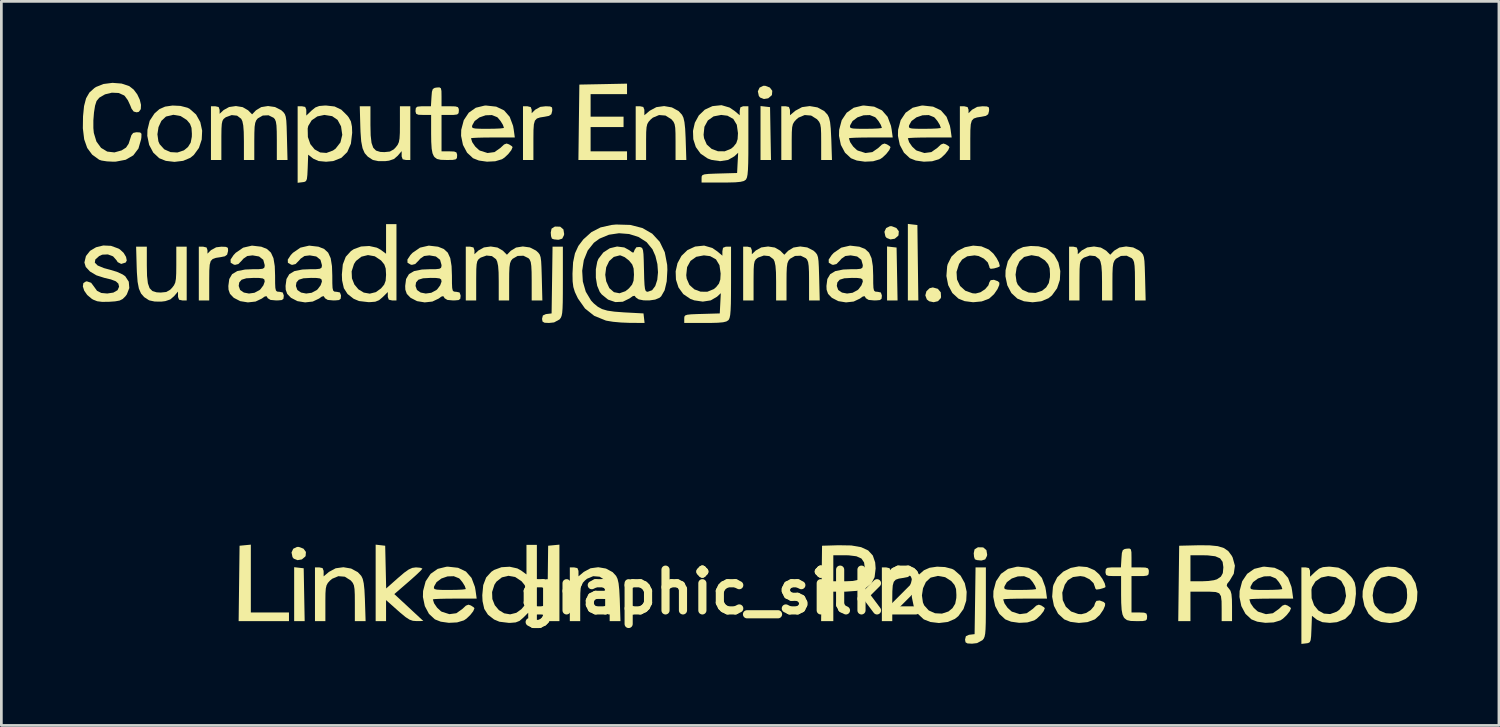
<source format=kicad_pcb>
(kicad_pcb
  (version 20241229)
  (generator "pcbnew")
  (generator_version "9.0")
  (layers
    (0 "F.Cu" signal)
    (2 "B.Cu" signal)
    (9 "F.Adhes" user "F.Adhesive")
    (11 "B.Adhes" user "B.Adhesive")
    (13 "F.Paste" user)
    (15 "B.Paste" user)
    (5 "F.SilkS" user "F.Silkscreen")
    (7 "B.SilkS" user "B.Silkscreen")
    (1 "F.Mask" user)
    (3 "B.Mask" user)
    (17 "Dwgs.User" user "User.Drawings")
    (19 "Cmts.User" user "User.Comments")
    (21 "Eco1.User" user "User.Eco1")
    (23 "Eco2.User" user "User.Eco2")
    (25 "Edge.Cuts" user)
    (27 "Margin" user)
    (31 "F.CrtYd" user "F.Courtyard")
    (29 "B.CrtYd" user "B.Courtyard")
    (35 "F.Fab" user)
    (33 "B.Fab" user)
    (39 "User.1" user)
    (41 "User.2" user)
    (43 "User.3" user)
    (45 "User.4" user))
  (footprint "graphic_silk2"
    (layer "F.Cu")
    (at 25.521 19.242)
    (property "Reference" "graphic_silk2" (at -2 -0.5 0) (layer "F.SilkS") (effects (font (size 1.5 1.5) (thickness 0.3))))
    (attr board_only exclude_from_pos_files exclude_from_bom)
    (fp_poly (pts (xy -17.566 -1.392) (xy -17.391 -1.372) (xy -17.373 -0.399) (xy -17.355 0.574) (xy -17.549 0.574) (xy -17.742 0.574) (xy -17.742 -0.419) (xy -17.742 -1.412)) (stroke (width 0) (type solid)) (fill yes) (layer "F.SilkS"))
    (fp_poly (pts (xy -7.977 -0.834) (xy -7.977 0.574) (xy -8.202 0.574) (xy -8.427 0.574) (xy -8.409 -0.814) (xy -8.392 -2.202) (xy -8.185 -2.222) (xy -7.977 -2.242)) (stroke (width 0) (type solid)) (fill yes) (layer "F.SilkS"))
    (fp_poly (pts (xy -0.399 -18.368) (xy -0.223 -18.348) (xy -0.206 -17.375) (xy -0.188 -16.402) (xy -0.381 -16.402) (xy -0.574 -16.402) (xy -0.574 -17.395) (xy -0.574 -18.388)) (stroke (width 0) (type solid)) (fill yes) (layer "F.SilkS"))
    (fp_poly (pts (xy 4.26 -13.199) (xy 4.435 -13.179) (xy 4.453 -12.205) (xy 4.471 -11.232) (xy 4.278 -11.232) (xy 4.084 -11.232) (xy 4.084 -12.226) (xy 4.084 -13.219)) (stroke (width 0) (type solid)) (fill yes) (layer "F.SilkS"))
    (fp_poly (pts (xy 5.026 -14.028) (xy 5.201 -14.008) (xy 5.218 -12.62) (xy 5.236 -11.232) (xy 5.043 -11.232) (xy 4.85 -11.232) (xy 4.85 -12.64) (xy 4.85 -14.049)) (stroke (width 0) (type solid)) (fill yes) (layer "F.SilkS"))
    (fp_poly (pts (xy -19.337 -0.993) (xy -19.337 0.255) (xy -18.635 0.255) (xy -17.933 0.255) (xy -17.933 0.415) (xy -17.933 0.574) (xy -18.86 0.574) (xy -19.786 0.574) (xy -19.769 -0.814) (xy -19.752 -2.202) (xy -19.545 -2.222) (xy -19.337 -2.242)) (stroke (width 0) (type solid)) (fill yes) (layer "F.SilkS"))
    (fp_poly (pts (xy -17.568 -2.158) (xy -17.399 -2.094) (xy -17.309 -1.973) (xy -17.32 -1.828) (xy -17.334 -1.803) (xy -17.458 -1.698) (xy -17.617 -1.671) (xy -17.757 -1.726) (xy -17.803 -1.783) (xy -17.839 -1.953) (xy -17.777 -2.09) (xy -17.638 -2.158)) (stroke (width 0) (type solid)) (fill yes) (layer "F.SilkS"))
    (fp_poly (pts (xy -0.401 -19.134) (xy -0.231 -19.07) (xy -0.141 -18.949) (xy -0.153 -18.803) (xy -0.166 -18.779) (xy -0.291 -18.673) (xy -0.449 -18.647) (xy -0.59 -18.702) (xy -0.636 -18.759) (xy -0.672 -18.929) (xy -0.609 -19.066) (xy -0.471 -19.134)) (stroke (width 0) (type solid)) (fill yes) (layer "F.SilkS"))
    (fp_poly (pts (xy 4.258 -13.964) (xy 4.427 -13.9) (xy 4.517 -13.779) (xy 4.506 -13.634) (xy 4.492 -13.609) (xy 4.368 -13.504) (xy 4.209 -13.478) (xy 4.069 -13.533) (xy 4.023 -13.59) (xy 3.987 -13.759) (xy 4.05 -13.896) (xy 4.188 -13.964)) (stroke (width 0) (type solid)) (fill yes) (layer "F.SilkS"))
    (fp_poly (pts (xy 5.953 -11.66) (xy 6.062 -11.53) (xy 6.072 -11.354) (xy 6.059 -11.312) (xy 5.958 -11.204) (xy 5.799 -11.166) (xy 5.636 -11.201) (xy 5.549 -11.268) (xy 5.493 -11.419) (xy 5.534 -11.571) (xy 5.65 -11.682) (xy 5.769 -11.711)) (stroke (width 0) (type solid)) (fill yes) (layer "F.SilkS"))
    (fp_poly (pts (xy -7.948 -13.947) (xy -7.83 -13.847) (xy -7.802 -13.676) (xy -7.811 -13.631) (xy -7.874 -13.506) (xy -8.004 -13.466) (xy -8.032 -13.466) (xy -8.177 -13.48) (xy -8.254 -13.508) (xy -8.285 -13.598) (xy -8.296 -13.731) (xy -8.267 -13.874) (xy -8.157 -13.945) (xy -8.132 -13.952)) (stroke (width 0) (type solid)) (fill yes) (layer "F.SilkS"))
    (fp_poly (pts (xy 7.623 -2.141) (xy 7.742 -2.04) (xy 7.77 -1.869) (xy 7.761 -1.824) (xy 7.698 -1.699) (xy 7.568 -1.66) (xy 7.54 -1.659) (xy 7.394 -1.673) (xy 7.318 -1.702) (xy 7.287 -1.791) (xy 7.275 -1.924) (xy 7.305 -2.068) (xy 7.415 -2.138) (xy 7.44 -2.145)) (stroke (width 0) (type solid)) (fill yes) (layer "F.SilkS"))
    (fp_poly (pts (xy -7.85 -11.934) (xy -7.851 -11.497) (xy -7.854 -11.17) (xy -7.862 -10.934) (xy -7.875 -10.771) (xy -7.897 -10.663) (xy -7.927 -10.592) (xy -7.968 -10.539) (xy -7.977 -10.53) (xy -8.174 -10.423) (xy -8.36 -10.403) (xy -8.525 -10.411) (xy -8.598 -10.453) (xy -8.616 -10.548) (xy -8.616 -10.558) (xy -8.586 -10.678) (xy -8.475 -10.729) (xy -8.44 -10.733) (xy -8.265 -10.754) (xy -8.247 -11.982) (xy -8.23 -13.211) (xy -8.04 -13.211) (xy -7.85 -13.211)) (stroke (width 0) (type solid)) (fill yes) (layer "F.SilkS"))
    (fp_poly (pts (xy 7.722 -0.128) (xy 7.721 0.309) (xy 7.718 0.636) (xy 7.71 0.872) (xy 7.697 1.035) (xy 7.675 1.143) (xy 7.645 1.215) (xy 7.603 1.267) (xy 7.594 1.276) (xy 7.398 1.383) (xy 7.212 1.404) (xy 7.047 1.395) (xy 6.974 1.354) (xy 6.956 1.259) (xy 6.956 1.249) (xy 6.986 1.129) (xy 7.097 1.078) (xy 7.132 1.073) (xy 7.307 1.053) (xy 7.325 -0.176) (xy 7.342 -1.404) (xy 7.532 -1.404) (xy 7.722 -1.404)) (stroke (width 0) (type solid)) (fill yes) (layer "F.SilkS"))
    (fp_poly (pts (xy -5.488 -19.02) (xy -5.488 -18.827) (xy -6.159 -18.827) (xy -6.829 -18.827) (xy -6.829 -18.412) (xy -6.829 -17.997) (xy -6.222 -17.997) (xy -5.616 -17.997) (xy -5.616 -17.806) (xy -5.616 -17.614) (xy -6.222 -17.614) (xy -6.829 -17.614) (xy -6.829 -17.167) (xy -6.829 -16.721) (xy -6.159 -16.721) (xy -5.488 -16.721) (xy -5.488 -16.561) (xy -5.488 -16.402) (xy -6.383 -16.402) (xy -7.278 -16.402) (xy -7.261 -17.79) (xy -7.243 -19.178) (xy -6.366 -19.195) (xy -5.488 -19.213)) (stroke (width 0) (type solid)) (fill yes) (layer "F.SilkS"))
    (fp_poly (pts (xy -20.967 -13.181) (xy -20.933 -13.083) (xy -20.933 -12.955) (xy -20.805 -13.083) (xy -20.613 -13.188) (xy -20.418 -13.211) (xy -20.253 -13.204) (xy -20.183 -13.168) (xy -20.174 -13.077) (xy -20.179 -13.035) (xy -20.21 -12.918) (xy -20.293 -12.857) (xy -20.454 -12.825) (xy -20.625 -12.799) (xy -20.741 -12.758) (xy -20.813 -12.682) (xy -20.851 -12.547) (xy -20.866 -12.333) (xy -20.869 -12.015) (xy -20.869 -11.962) (xy -20.869 -11.232) (xy -21.06 -11.232) (xy -21.252 -11.232) (xy -21.252 -12.221) (xy -21.252 -13.211) (xy -21.092 -13.211)) (stroke (width 0) (type solid)) (fill yes) (layer "F.SilkS"))
    (fp_poly (pts (xy -9.033 -18.35) (xy -8.998 -18.252) (xy -8.998 -18.125) (xy -8.871 -18.252) (xy -8.679 -18.358) (xy -8.484 -18.38) (xy -8.319 -18.373) (xy -8.249 -18.337) (xy -8.24 -18.247) (xy -8.244 -18.204) (xy -8.275 -18.087) (xy -8.359 -18.027) (xy -8.52 -17.995) (xy -8.691 -17.968) (xy -8.807 -17.928) (xy -8.879 -17.851) (xy -8.917 -17.717) (xy -8.932 -17.502) (xy -8.935 -17.185) (xy -8.935 -17.132) (xy -8.935 -16.402) (xy -9.126 -16.402) (xy -9.318 -16.402) (xy -9.318 -17.391) (xy -9.318 -18.38) (xy -9.158 -18.38)) (stroke (width 0) (type solid)) (fill yes) (layer "F.SilkS"))
    (fp_poly (pts (xy 4.178 -1.374) (xy 4.212 -1.276) (xy 4.212 -1.149) (xy 4.34 -1.276) (xy 4.532 -1.382) (xy 4.727 -1.404) (xy 4.891 -1.397) (xy 4.961 -1.361) (xy 4.971 -1.271) (xy 4.966 -1.229) (xy 4.935 -1.112) (xy 4.852 -1.051) (xy 4.691 -1.019) (xy 4.52 -0.992) (xy 4.404 -0.952) (xy 4.332 -0.875) (xy 4.294 -0.741) (xy 4.279 -0.526) (xy 4.276 -0.209) (xy 4.276 -0.156) (xy 4.276 0.574) (xy 4.084 0.574) (xy 3.893 0.574) (xy 3.893 -0.415) (xy 3.893 -1.404) (xy 4.053 -1.404)) (stroke (width 0) (type solid)) (fill yes) (layer "F.SilkS"))
    (fp_poly (pts (xy 7.049 -18.35) (xy 7.084 -18.252) (xy 7.084 -18.125) (xy 7.212 -18.252) (xy 7.403 -18.358) (xy 7.599 -18.38) (xy 7.763 -18.373) (xy 7.833 -18.337) (xy 7.842 -18.247) (xy 7.838 -18.204) (xy 7.807 -18.087) (xy 7.723 -18.027) (xy 7.563 -17.995) (xy 7.392 -17.968) (xy 7.276 -17.928) (xy 7.204 -17.851) (xy 7.166 -17.717) (xy 7.151 -17.502) (xy 7.148 -17.185) (xy 7.148 -17.132) (xy 7.148 -16.402) (xy 6.956 -16.402) (xy 6.765 -16.402) (xy 6.765 -17.391) (xy 6.765 -18.38) (xy 6.924 -18.38)) (stroke (width 0) (type solid)) (fill yes) (layer "F.SilkS"))
    (fp_poly (pts (xy -14.567 -2.222) (xy -14.391 -2.202) (xy -14.373 -1.415) (xy -14.355 -0.629) (xy -13.918 -1.016) (xy -13.692 -1.209) (xy -13.527 -1.326) (xy -13.394 -1.386) (xy -13.265 -1.404) (xy -13.25 -1.404) (xy -13.101 -1.392) (xy -13.026 -1.364) (xy -13.024 -1.356) (xy -13.071 -1.297) (xy -13.196 -1.175) (xy -13.377 -1.01) (xy -13.542 -0.865) (xy -14.055 -0.422) (xy -13.521 0.073) (xy -12.987 0.569) (xy -13.237 0.572) (xy -13.371 0.562) (xy -13.495 0.519) (xy -13.639 0.426) (xy -13.832 0.267) (xy -13.923 0.187) (xy -14.359 -0.201) (xy -14.359 0.187) (xy -14.359 0.574) (xy -14.551 0.574) (xy -14.742 0.574) (xy -14.742 -0.834) (xy -14.742 -2.242)) (stroke (width 0) (type solid)) (fill yes) (layer "F.SilkS"))
    (fp_poly (pts (xy 2.768 -2.212) (xy 3.129 -2.149) (xy 3.39 -2.028) (xy 3.56 -1.842) (xy 3.647 -1.586) (xy 3.664 -1.366) (xy 3.625 -1.043) (xy 3.501 -0.801) (xy 3.285 -0.636) (xy 2.971 -0.541) (xy 2.555 -0.511) (xy 2.106 -0.511) (xy 2.106 0.032) (xy 2.106 0.574) (xy 1.881 0.574) (xy 1.657 0.574) (xy 1.674 -0.814) (xy 1.681 -1.372) (xy 2.106 -1.372) (xy 2.106 -0.893) (xy 2.546 -0.893) (xy 2.824 -0.905) (xy 3.01 -0.943) (xy 3.126 -1.008) (xy 3.234 -1.149) (xy 3.267 -1.359) (xy 3.268 -1.372) (xy 3.238 -1.587) (xy 3.14 -1.731) (xy 2.956 -1.814) (xy 2.671 -1.849) (xy 2.546 -1.851) (xy 2.106 -1.851) (xy 2.106 -1.372) (xy 1.681 -1.372) (xy 1.691 -2.202) (xy 2.297 -2.22)) (stroke (width 0) (type solid)) (fill yes) (layer "F.SilkS"))
    (fp_poly (pts (xy -15.645 -1.362) (xy -15.399 -1.229) (xy -15.271 -1.091) (xy -15.218 -0.981) (xy -15.181 -0.818) (xy -15.155 -0.579) (xy -15.138 -0.24) (xy -15.136 -0.176) (xy -15.112 0.574) (xy -15.31 0.574) (xy -15.508 0.574) (xy -15.508 -0.099) (xy -15.51 -0.403) (xy -15.52 -0.607) (xy -15.542 -0.741) (xy -15.583 -0.833) (xy -15.648 -0.912) (xy -15.665 -0.928) (xy -15.878 -1.062) (xy -16.115 -1.081) (xy -16.344 -0.985) (xy -16.425 -0.917) (xy -16.501 -0.834) (xy -16.549 -0.747) (xy -16.577 -0.629) (xy -16.59 -0.448) (xy -16.593 -0.178) (xy -16.593 -0.087) (xy -16.593 0.574) (xy -16.784 0.574) (xy -16.976 0.574) (xy -16.976 -0.415) (xy -16.976 -1.404) (xy -16.816 -1.404) (xy -16.696 -1.379) (xy -16.658 -1.278) (xy -16.657 -1.239) (xy -16.657 -1.074) (xy -16.46 -1.239) (xy -16.214 -1.372) (xy -15.929 -1.411)) (stroke (width 0) (type solid)) (fill yes) (layer "F.SilkS"))
    (fp_poly (pts (xy -6.263 -1.362) (xy -6.017 -1.229) (xy -5.89 -1.091) (xy -5.837 -0.981) (xy -5.799 -0.818) (xy -5.774 -0.579) (xy -5.756 -0.24) (xy -5.754 -0.176) (xy -5.73 0.574) (xy -5.928 0.574) (xy -6.127 0.574) (xy -6.127 -0.099) (xy -6.129 -0.403) (xy -6.138 -0.607) (xy -6.161 -0.741) (xy -6.202 -0.833) (xy -6.267 -0.912) (xy -6.283 -0.928) (xy -6.497 -1.062) (xy -6.733 -1.081) (xy -6.963 -0.985) (xy -7.043 -0.917) (xy -7.119 -0.834) (xy -7.168 -0.747) (xy -7.196 -0.629) (xy -7.208 -0.448) (xy -7.211 -0.178) (xy -7.212 -0.087) (xy -7.212 0.574) (xy -7.403 0.574) (xy -7.594 0.574) (xy -7.594 -0.415) (xy -7.594 -1.404) (xy -7.435 -1.404) (xy -7.315 -1.379) (xy -7.276 -1.278) (xy -7.275 -1.239) (xy -7.275 -1.074) (xy -7.079 -1.239) (xy -6.832 -1.372) (xy -6.548 -1.411)) (stroke (width 0) (type solid)) (fill yes) (layer "F.SilkS"))
    (fp_poly (pts (xy -3.838 -18.338) (xy -3.592 -18.205) (xy -3.464 -18.067) (xy -3.411 -17.957) (xy -3.374 -17.794) (xy -3.348 -17.555) (xy -3.331 -17.216) (xy -3.329 -17.151) (xy -3.305 -16.402) (xy -3.503 -16.402) (xy -3.702 -16.402) (xy -3.702 -17.075) (xy -3.704 -17.378) (xy -3.713 -17.583) (xy -3.736 -17.717) (xy -3.777 -17.809) (xy -3.842 -17.887) (xy -3.858 -17.904) (xy -4.072 -18.038) (xy -4.308 -18.057) (xy -4.537 -17.961) (xy -4.618 -17.893) (xy -4.694 -17.809) (xy -4.743 -17.723) (xy -4.77 -17.605) (xy -4.783 -17.424) (xy -4.786 -17.153) (xy -4.786 -17.063) (xy -4.786 -16.402) (xy -4.978 -16.402) (xy -5.169 -16.402) (xy -5.169 -17.391) (xy -5.169 -18.38) (xy -5.01 -18.38) (xy -4.89 -18.355) (xy -4.851 -18.254) (xy -4.85 -18.215) (xy -4.85 -18.049) (xy -4.654 -18.215) (xy -4.407 -18.348) (xy -4.122 -18.387)) (stroke (width 0) (type solid)) (fill yes) (layer "F.SilkS"))
    (fp_poly (pts (xy 1.523 -18.338) (xy 1.769 -18.205) (xy 1.896 -18.067) (xy 1.949 -17.957) (xy 1.987 -17.794) (xy 2.012 -17.555) (xy 2.029 -17.216) (xy 2.032 -17.151) (xy 2.056 -16.402) (xy 1.857 -16.402) (xy 1.659 -16.402) (xy 1.659 -17.075) (xy 1.657 -17.378) (xy 1.648 -17.583) (xy 1.625 -17.717) (xy 1.584 -17.809) (xy 1.519 -17.887) (xy 1.503 -17.904) (xy 1.289 -18.038) (xy 1.052 -18.057) (xy 0.823 -17.961) (xy 0.743 -17.893) (xy 0.667 -17.809) (xy 0.618 -17.723) (xy 0.59 -17.605) (xy 0.578 -17.424) (xy 0.574 -17.153) (xy 0.574 -17.063) (xy 0.574 -16.402) (xy 0.383 -16.402) (xy 0.191 -16.402) (xy 0.191 -17.391) (xy 0.191 -18.38) (xy 0.351 -18.38) (xy 0.471 -18.355) (xy 0.509 -18.254) (xy 0.511 -18.215) (xy 0.511 -18.049) (xy 0.707 -18.215) (xy 0.954 -18.348) (xy 1.238 -18.387)) (stroke (width 0) (type solid)) (fill yes) (layer "F.SilkS"))
    (fp_poly (pts (xy -23.166 -12.516) (xy -23.158 -12.135) (xy -23.127 -11.863) (xy -23.064 -11.683) (xy -22.96 -11.578) (xy -22.807 -11.531) (xy -22.656 -11.522) (xy -22.451 -11.543) (xy -22.307 -11.625) (xy -22.234 -11.7) (xy -22.165 -11.791) (xy -22.12 -11.889) (xy -22.095 -12.026) (xy -22.084 -12.229) (xy -22.081 -12.529) (xy -22.081 -12.544) (xy -22.081 -13.211) (xy -21.89 -13.211) (xy -21.698 -13.211) (xy -21.698 -12.221) (xy -21.698 -11.232) (xy -21.858 -11.232) (xy -21.979 -11.258) (xy -22.017 -11.36) (xy -22.018 -11.395) (xy -22.018 -11.558) (xy -22.165 -11.387) (xy -22.302 -11.269) (xy -22.484 -11.207) (xy -22.628 -11.189) (xy -22.873 -11.191) (xy -23.067 -11.232) (xy -23.096 -11.245) (xy -23.262 -11.353) (xy -23.379 -11.486) (xy -23.458 -11.667) (xy -23.506 -11.919) (xy -23.532 -12.266) (xy -23.539 -12.449) (xy -23.56 -13.211) (xy -23.363 -13.211) (xy -23.166 -13.211)) (stroke (width 0) (type solid)) (fill yes) (layer "F.SilkS"))
    (fp_poly (pts (xy -14.934 -17.685) (xy -14.925 -17.304) (xy -14.894 -17.032) (xy -14.831 -16.853) (xy -14.728 -16.748) (xy -14.574 -16.7) (xy -14.423 -16.692) (xy -14.218 -16.713) (xy -14.074 -16.794) (xy -14.002 -16.869) (xy -13.932 -16.96) (xy -13.888 -17.059) (xy -13.863 -17.195) (xy -13.851 -17.398) (xy -13.849 -17.698) (xy -13.849 -17.713) (xy -13.849 -18.38) (xy -13.657 -18.38) (xy -13.466 -18.38) (xy -13.466 -17.391) (xy -13.466 -16.402) (xy -13.625 -16.402) (xy -13.746 -16.427) (xy -13.784 -16.529) (xy -13.785 -16.565) (xy -13.785 -16.728) (xy -13.932 -16.556) (xy -14.07 -16.438) (xy -14.251 -16.377) (xy -14.395 -16.359) (xy -14.641 -16.36) (xy -14.834 -16.401) (xy -14.864 -16.415) (xy -15.029 -16.523) (xy -15.147 -16.656) (xy -15.225 -16.837) (xy -15.274 -17.089) (xy -15.299 -17.435) (xy -15.306 -17.619) (xy -15.327 -18.38) (xy -15.13 -18.38) (xy -14.934 -18.38)) (stroke (width 0) (type solid)) (fill yes) (layer "F.SilkS"))
    (fp_poly (pts (xy -21.927 -18.393) (xy -21.669 -18.326) (xy -21.593 -18.288) (xy -21.353 -18.077) (xy -21.198 -17.799) (xy -21.129 -17.482) (xy -21.145 -17.155) (xy -21.247 -16.847) (xy -21.436 -16.587) (xy -21.564 -16.483) (xy -21.83 -16.371) (xy -22.149 -16.333) (xy -22.467 -16.37) (xy -22.708 -16.467) (xy -22.928 -16.672) (xy -23.08 -16.957) (xy -23.149 -17.291) (xy -23.147 -17.349) (xy -22.776 -17.349) (xy -22.741 -17.091) (xy -22.694 -16.983) (xy -22.524 -16.795) (xy -22.294 -16.692) (xy -22.039 -16.678) (xy -21.799 -16.758) (xy -21.651 -16.88) (xy -21.551 -17.042) (xy -21.51 -17.254) (xy -21.507 -17.367) (xy -21.521 -17.584) (xy -21.576 -17.734) (xy -21.694 -17.874) (xy -21.922 -18.02) (xy -22.188 -18.066) (xy -22.448 -18.005) (xy -22.468 -17.995) (xy -22.63 -17.843) (xy -22.736 -17.613) (xy -22.776 -17.349) (xy -23.147 -17.349) (xy -23.143 -17.512) (xy -23.06 -17.848) (xy -22.885 -18.114) (xy -22.703 -18.274) (xy -22.494 -18.367) (xy -22.219 -18.407)) (stroke (width 0) (type solid)) (fill yes) (layer "F.SilkS"))
    (fp_poly (pts (xy 6.217 -1.417) (xy 6.475 -1.35) (xy 6.551 -1.312) (xy 6.791 -1.101) (xy 6.946 -0.823) (xy 7.015 -0.506) (xy 6.999 -0.179) (xy 6.897 0.129) (xy 6.709 0.389) (xy 6.58 0.493) (xy 6.314 0.605) (xy 5.995 0.643) (xy 5.677 0.605) (xy 5.436 0.509) (xy 5.216 0.304) (xy 5.065 0.019) (xy 4.995 -0.315) (xy 4.997 -0.373) (xy 5.368 -0.373) (xy 5.404 -0.116) (xy 5.45 -0.007) (xy 5.62 0.181) (xy 5.851 0.284) (xy 6.105 0.297) (xy 6.345 0.218) (xy 6.493 0.096) (xy 6.593 -0.067) (xy 6.634 -0.278) (xy 6.637 -0.391) (xy 6.624 -0.608) (xy 6.568 -0.758) (xy 6.451 -0.898) (xy 6.223 -1.044) (xy 5.956 -1.091) (xy 5.697 -1.03) (xy 5.676 -1.019) (xy 5.514 -0.867) (xy 5.408 -0.637) (xy 5.368 -0.373) (xy 4.997 -0.373) (xy 5.001 -0.536) (xy 5.085 -0.872) (xy 5.259 -1.138) (xy 5.441 -1.298) (xy 5.65 -1.391) (xy 5.925 -1.431)) (stroke (width 0) (type solid)) (fill yes) (layer "F.SilkS"))
    (fp_poly (pts (xy 9.663 -13.224) (xy 9.922 -13.157) (xy 9.998 -13.119) (xy 10.237 -12.908) (xy 10.392 -12.629) (xy 10.462 -12.312) (xy 10.446 -11.986) (xy 10.343 -11.678) (xy 10.155 -11.418) (xy 10.026 -11.313) (xy 9.76 -11.201) (xy 9.442 -11.164) (xy 9.123 -11.201) (xy 8.882 -11.298) (xy 8.662 -11.502) (xy 8.511 -11.788) (xy 8.442 -12.121) (xy 8.443 -12.179) (xy 8.815 -12.179) (xy 8.85 -11.922) (xy 8.896 -11.814) (xy 9.066 -11.625) (xy 9.297 -11.523) (xy 9.551 -11.509) (xy 9.791 -11.588) (xy 9.94 -11.71) (xy 10.039 -11.873) (xy 10.08 -12.084) (xy 10.083 -12.198) (xy 10.07 -12.415) (xy 10.014 -12.565) (xy 9.897 -12.705) (xy 9.669 -12.851) (xy 9.402 -12.897) (xy 9.143 -12.836) (xy 9.123 -12.826) (xy 8.96 -12.673) (xy 8.855 -12.444) (xy 8.815 -12.179) (xy 8.443 -12.179) (xy 8.447 -12.343) (xy 8.531 -12.678) (xy 8.705 -12.944) (xy 8.888 -13.105) (xy 9.096 -13.197) (xy 9.372 -13.237)) (stroke (width 0) (type solid)) (fill yes) (layer "F.SilkS"))
    (fp_poly (pts (xy 22.81 -1.417) (xy 23.068 -1.35) (xy 23.144 -1.312) (xy 23.384 -1.101) (xy 23.539 -0.823) (xy 23.608 -0.506) (xy 23.592 -0.179) (xy 23.49 0.129) (xy 23.302 0.389) (xy 23.173 0.493) (xy 22.907 0.605) (xy 22.588 0.643) (xy 22.27 0.605) (xy 22.029 0.509) (xy 21.809 0.304) (xy 21.658 0.019) (xy 21.588 -0.315) (xy 21.59 -0.373) (xy 21.961 -0.373) (xy 21.997 -0.116) (xy 22.043 -0.007) (xy 22.213 0.181) (xy 22.444 0.284) (xy 22.698 0.297) (xy 22.938 0.218) (xy 23.086 0.096) (xy 23.186 -0.067) (xy 23.227 -0.278) (xy 23.23 -0.391) (xy 23.216 -0.608) (xy 23.161 -0.758) (xy 23.044 -0.898) (xy 22.816 -1.044) (xy 22.549 -1.091) (xy 22.29 -1.03) (xy 22.269 -1.019) (xy 22.107 -0.867) (xy 22.001 -0.637) (xy 21.961 -0.373) (xy 21.59 -0.373) (xy 21.594 -0.536) (xy 21.677 -0.872) (xy 21.852 -1.138) (xy 22.034 -1.298) (xy 22.243 -1.391) (xy 22.518 -1.431)) (stroke (width 0) (type solid)) (fill yes) (layer "F.SilkS"))
    (fp_poly (pts (xy -12.34 -19.042) (xy -12.32 -18.941) (xy -12.317 -18.742) (xy -12.317 -18.735) (xy -12.317 -18.38) (xy -11.998 -18.38) (xy -11.809 -18.375) (xy -11.714 -18.348) (xy -11.682 -18.284) (xy -11.679 -18.22) (xy -11.689 -18.126) (xy -11.742 -18.078) (xy -11.87 -18.062) (xy -11.998 -18.061) (xy -12.317 -18.061) (xy -12.317 -17.391) (xy -12.317 -16.721) (xy -12.03 -16.721) (xy -11.853 -16.714) (xy -11.769 -16.681) (xy -11.744 -16.604) (xy -11.743 -16.561) (xy -11.751 -16.472) (xy -11.796 -16.425) (xy -11.907 -16.405) (xy -12.115 -16.402) (xy -12.122 -16.402) (xy -12.347 -16.409) (xy -12.484 -16.44) (xy -12.571 -16.505) (xy -12.601 -16.543) (xy -12.649 -16.65) (xy -12.68 -16.818) (xy -12.696 -17.071) (xy -12.7 -17.373) (xy -12.7 -18.061) (xy -12.987 -18.061) (xy -13.164 -18.067) (xy -13.248 -18.1) (xy -13.273 -18.177) (xy -13.274 -18.22) (xy -13.262 -18.319) (xy -13.203 -18.366) (xy -13.062 -18.379) (xy -12.991 -18.38) (xy -12.707 -18.38) (xy -12.687 -18.715) (xy -12.671 -18.911) (xy -12.638 -19.014) (xy -12.569 -19.057) (xy -12.493 -19.07) (xy -12.393 -19.075)) (stroke (width 0) (type solid)) (fill yes) (layer "F.SilkS"))
    (fp_poly (pts (xy 7.556 -13.223) (xy 7.831 -13.105) (xy 8 -12.954) (xy 8.119 -12.788) (xy 8.203 -12.627) (xy 8.233 -12.508) (xy 8.222 -12.477) (xy 8.151 -12.447) (xy 8.025 -12.411) (xy 7.897 -12.395) (xy 7.852 -12.444) (xy 7.85 -12.473) (xy 7.793 -12.63) (xy 7.648 -12.771) (xy 7.455 -12.867) (xy 7.306 -12.891) (xy 7.036 -12.856) (xy 6.847 -12.737) (xy 6.734 -12.574) (xy 6.642 -12.282) (xy 6.659 -12.005) (xy 6.771 -11.766) (xy 6.966 -11.589) (xy 7.23 -11.496) (xy 7.345 -11.487) (xy 7.52 -11.532) (xy 7.691 -11.643) (xy 7.814 -11.786) (xy 7.85 -11.899) (xy 7.899 -11.978) (xy 8.019 -11.992) (xy 8.165 -11.938) (xy 8.167 -11.937) (xy 8.22 -11.883) (xy 8.214 -11.797) (xy 8.151 -11.65) (xy 8.022 -11.462) (xy 7.851 -11.307) (xy 7.835 -11.296) (xy 7.57 -11.196) (xy 7.253 -11.166) (xy 6.94 -11.206) (xy 6.713 -11.298) (xy 6.487 -11.506) (xy 6.335 -11.794) (xy 6.269 -12.132) (xy 6.297 -12.488) (xy 6.317 -12.568) (xy 6.455 -12.844) (xy 6.676 -13.054) (xy 6.951 -13.191) (xy 7.254 -13.25)) (stroke (width 0) (type solid)) (fill yes) (layer "F.SilkS"))
    (fp_poly (pts (xy 11.449 -1.417) (xy 11.724 -1.299) (xy 11.893 -1.148) (xy 12.012 -0.982) (xy 12.096 -0.82) (xy 12.126 -0.702) (xy 12.115 -0.67) (xy 12.044 -0.641) (xy 11.918 -0.605) (xy 11.79 -0.588) (xy 11.745 -0.637) (xy 11.743 -0.666) (xy 11.686 -0.823) (xy 11.541 -0.965) (xy 11.348 -1.061) (xy 11.199 -1.085) (xy 10.929 -1.049) (xy 10.739 -0.93) (xy 10.627 -0.767) (xy 10.535 -0.476) (xy 10.552 -0.199) (xy 10.664 0.04) (xy 10.859 0.218) (xy 11.123 0.311) (xy 11.238 0.319) (xy 11.413 0.274) (xy 11.584 0.163) (xy 11.707 0.02) (xy 11.743 -0.093) (xy 11.792 -0.171) (xy 11.912 -0.186) (xy 12.058 -0.132) (xy 12.059 -0.13) (xy 12.113 -0.076) (xy 12.107 0.009) (xy 12.044 0.156) (xy 11.915 0.345) (xy 11.744 0.5) (xy 11.728 0.511) (xy 11.463 0.61) (xy 11.146 0.64) (xy 10.833 0.6) (xy 10.606 0.509) (xy 10.38 0.3) (xy 10.228 0.012) (xy 10.162 -0.325) (xy 10.19 -0.682) (xy 10.21 -0.761) (xy 10.348 -1.038) (xy 10.569 -1.247) (xy 10.844 -1.385) (xy 11.147 -1.443)) (stroke (width 0) (type solid)) (fill yes) (layer "F.SilkS"))
    (fp_poly (pts (xy 13.06 -2.066) (xy 13.08 -1.965) (xy 13.083 -1.766) (xy 13.083 -1.759) (xy 13.083 -1.404) (xy 13.402 -1.404) (xy 13.591 -1.399) (xy 13.686 -1.372) (xy 13.718 -1.309) (xy 13.721 -1.244) (xy 13.711 -1.15) (xy 13.658 -1.103) (xy 13.53 -1.086) (xy 13.402 -1.085) (xy 13.083 -1.085) (xy 13.083 -0.415) (xy 13.083 0.255) (xy 13.37 0.255) (xy 13.547 0.262) (xy 13.631 0.294) (xy 13.656 0.372) (xy 13.657 0.415) (xy 13.649 0.504) (xy 13.604 0.551) (xy 13.493 0.571) (xy 13.285 0.574) (xy 13.278 0.574) (xy 13.053 0.567) (xy 12.916 0.536) (xy 12.829 0.47) (xy 12.799 0.433) (xy 12.751 0.326) (xy 12.72 0.158) (xy 12.704 -0.095) (xy 12.7 -0.397) (xy 12.7 -1.085) (xy 12.413 -1.085) (xy 12.236 -1.092) (xy 12.152 -1.124) (xy 12.127 -1.201) (xy 12.126 -1.244) (xy 12.138 -1.343) (xy 12.197 -1.39) (xy 12.338 -1.403) (xy 12.409 -1.404) (xy 12.693 -1.404) (xy 12.713 -1.739) (xy 12.729 -1.935) (xy 12.762 -2.038) (xy 12.831 -2.081) (xy 12.907 -2.094) (xy 13.007 -2.1)) (stroke (width 0) (type solid)) (fill yes) (layer "F.SilkS"))
    (fp_poly (pts (xy 15.952 -2.217) (xy 16.26 -2.186) (xy 16.486 -2.116) (xy 16.649 -2.001) (xy 16.773 -1.833) (xy 16.807 -1.768) (xy 16.89 -1.466) (xy 16.848 -1.171) (xy 16.696 -0.915) (xy 16.603 -0.797) (xy 16.59 -0.723) (xy 16.652 -0.643) (xy 16.667 -0.628) (xy 16.727 -0.543) (xy 16.763 -0.418) (xy 16.78 -0.222) (xy 16.784 0.032) (xy 16.784 0.574) (xy 16.593 0.574) (xy 16.402 0.574) (xy 16.402 0.133) (xy 16.399 -0.158) (xy 16.376 -0.345) (xy 16.311 -0.45) (xy 16.182 -0.498) (xy 15.966 -0.51) (xy 15.788 -0.511) (xy 15.253 -0.511) (xy 15.253 0.032) (xy 15.253 0.574) (xy 15.028 0.574) (xy 14.804 0.574) (xy 14.821 -0.814) (xy 14.828 -1.372) (xy 15.253 -1.372) (xy 15.253 -0.893) (xy 15.672 -0.893) (xy 15.912 -0.904) (xy 16.118 -0.933) (xy 16.23 -0.967) (xy 16.375 -1.066) (xy 16.445 -1.195) (xy 16.464 -1.401) (xy 16.464 -1.416) (xy 16.437 -1.608) (xy 16.344 -1.737) (xy 16.167 -1.814) (xy 15.89 -1.847) (xy 15.717 -1.851) (xy 15.253 -1.851) (xy 15.253 -1.372) (xy 14.828 -1.372) (xy 14.838 -2.202) (xy 15.54 -2.219)) (stroke (width 0) (type solid)) (fill yes) (layer "F.SilkS"))
    (fp_poly (pts (xy -13.976 -12.636) (xy -13.976 -11.232) (xy -14.136 -11.232) (xy -14.258 -11.259) (xy -14.295 -11.362) (xy -14.295 -11.387) (xy -14.295 -11.541) (xy -14.482 -11.355) (xy -14.617 -11.241) (xy -14.757 -11.185) (xy -14.959 -11.169) (xy -15.009 -11.169) (xy -15.355 -11.21) (xy -15.552 -11.293) (xy -15.776 -11.469) (xy -15.913 -11.683) (xy -15.977 -11.967) (xy -15.986 -12.187) (xy -15.975 -12.303) (xy -15.626 -12.303) (xy -15.615 -12.046) (xy -15.526 -11.819) (xy -15.375 -11.639) (xy -15.18 -11.521) (xy -14.96 -11.482) (xy -14.733 -11.538) (xy -14.546 -11.674) (xy -14.429 -11.813) (xy -14.374 -11.958) (xy -14.359 -12.169) (xy -14.359 -12.189) (xy -14.372 -12.407) (xy -14.423 -12.556) (xy -14.534 -12.693) (xy -14.546 -12.705) (xy -14.774 -12.857) (xy -15.025 -12.902) (xy -15.266 -12.843) (xy -15.466 -12.686) (xy -15.539 -12.574) (xy -15.626 -12.303) (xy -15.975 -12.303) (xy -15.951 -12.558) (xy -15.843 -12.839) (xy -15.652 -13.049) (xy -15.55 -13.118) (xy -15.279 -13.218) (xy -14.978 -13.236) (xy -14.697 -13.174) (xy -14.556 -13.097) (xy -14.359 -12.951) (xy -14.359 -13.496) (xy -14.359 -14.04) (xy -14.168 -14.04) (xy -13.976 -14.04)) (stroke (width 0) (type solid)) (fill yes) (layer "F.SilkS"))
    (fp_poly (pts (xy -8.807 -0.83) (xy -8.807 0.574) (xy -8.967 0.574) (xy -9.088 0.548) (xy -9.126 0.444) (xy -9.126 0.42) (xy -9.126 0.265) (xy -9.313 0.452) (xy -9.447 0.566) (xy -9.588 0.621) (xy -9.79 0.638) (xy -9.839 0.638) (xy -10.185 0.596) (xy -10.383 0.513) (xy -10.607 0.338) (xy -10.744 0.123) (xy -10.807 -0.16) (xy -10.817 -0.38) (xy -10.806 -0.496) (xy -10.456 -0.496) (xy -10.446 -0.239) (xy -10.356 -0.012) (xy -10.205 0.168) (xy -10.011 0.286) (xy -9.791 0.324) (xy -9.564 0.268) (xy -9.376 0.133) (xy -9.26 -0.006) (xy -9.205 -0.152) (xy -9.19 -0.362) (xy -9.19 -0.383) (xy -9.202 -0.601) (xy -9.254 -0.75) (xy -9.365 -0.887) (xy -9.376 -0.898) (xy -9.605 -1.05) (xy -9.855 -1.095) (xy -10.096 -1.037) (xy -10.296 -0.879) (xy -10.37 -0.767) (xy -10.456 -0.496) (xy -10.806 -0.496) (xy -10.782 -0.752) (xy -10.674 -1.033) (xy -10.483 -1.243) (xy -10.38 -1.311) (xy -10.11 -1.411) (xy -9.809 -1.429) (xy -9.527 -1.367) (xy -9.387 -1.29) (xy -9.19 -1.145) (xy -9.19 -1.689) (xy -9.19 -2.234) (xy -8.998 -2.234) (xy -8.807 -2.234)) (stroke (width 0) (type solid)) (fill yes) (layer "F.SilkS"))
    (fp_poly (pts (xy -16.253 -18.372) (xy -16.007 -18.255) (xy -15.784 -18.035) (xy -15.735 -17.972) (xy -15.653 -17.822) (xy -15.614 -17.628) (xy -15.606 -17.402) (xy -15.653 -17.002) (xy -15.787 -16.694) (xy -16.006 -16.48) (xy -16.308 -16.362) (xy -16.568 -16.338) (xy -16.841 -16.364) (xy -17.036 -16.45) (xy -17.06 -16.468) (xy -17.226 -16.598) (xy -17.244 -16.101) (xy -17.256 -15.852) (xy -17.273 -15.702) (xy -17.307 -15.626) (xy -17.368 -15.594) (xy -17.439 -15.584) (xy -17.614 -15.563) (xy -17.614 -16.972) (xy -17.614 -17.561) (xy -17.244 -17.561) (xy -17.237 -17.247) (xy -17.146 -16.986) (xy -16.989 -16.793) (xy -16.786 -16.68) (xy -16.554 -16.662) (xy -16.313 -16.751) (xy -16.217 -16.82) (xy -16.039 -17.048) (xy -15.971 -17.328) (xy -16.016 -17.639) (xy -16.017 -17.642) (xy -16.145 -17.879) (xy -16.344 -18.016) (xy -16.627 -18.061) (xy -16.63 -18.061) (xy -16.888 -18.007) (xy -17.097 -17.864) (xy -17.224 -17.655) (xy -17.244 -17.561) (xy -17.614 -17.561) (xy -17.614 -18.38) (xy -17.455 -18.38) (xy -17.336 -18.356) (xy -17.297 -18.259) (xy -17.295 -18.208) (xy -17.295 -18.037) (xy -17.102 -18.222) (xy -16.963 -18.335) (xy -16.82 -18.39) (xy -16.616 -18.407) (xy -16.561 -18.407)) (stroke (width 0) (type solid)) (fill yes) (layer "F.SilkS"))
    (fp_poly (pts (xy 20.698 -1.396) (xy 20.945 -1.279) (xy 21.167 -1.059) (xy 21.216 -0.997) (xy 21.298 -0.847) (xy 21.337 -0.653) (xy 21.345 -0.426) (xy 21.298 -0.026) (xy 21.164 0.282) (xy 20.945 0.496) (xy 20.643 0.613) (xy 20.383 0.638) (xy 20.11 0.612) (xy 19.915 0.526) (xy 19.891 0.508) (xy 19.726 0.378) (xy 19.707 0.875) (xy 19.696 1.124) (xy 19.678 1.274) (xy 19.644 1.35) (xy 19.583 1.382) (xy 19.513 1.392) (xy 19.337 1.412) (xy 19.337 0.004) (xy 19.337 -0.585) (xy 19.707 -0.585) (xy 19.714 -0.271) (xy 19.805 -0.01) (xy 19.962 0.183) (xy 20.166 0.296) (xy 20.397 0.314) (xy 20.639 0.225) (xy 20.734 0.156) (xy 20.912 -0.072) (xy 20.981 -0.352) (xy 20.935 -0.663) (xy 20.934 -0.666) (xy 20.806 -0.904) (xy 20.607 -1.041) (xy 20.324 -1.085) (xy 20.321 -1.085) (xy 20.063 -1.031) (xy 19.855 -0.888) (xy 19.728 -0.679) (xy 19.707 -0.585) (xy 19.337 -0.585) (xy 19.337 -1.404) (xy 19.497 -1.404) (xy 19.615 -1.38) (xy 19.655 -1.283) (xy 19.656 -1.233) (xy 19.656 -1.061) (xy 19.85 -1.246) (xy 19.988 -1.359) (xy 20.132 -1.414) (xy 20.335 -1.431) (xy 20.39 -1.431)) (stroke (width 0) (type solid)) (fill yes) (layer "F.SilkS"))
    (fp_poly (pts (xy -24.485 -13.242) (xy -24.21 -13.142) (xy -24.156 -13.109) (xy -24.02 -12.984) (xy -23.931 -12.835) (xy -23.904 -12.701) (xy -23.945 -12.627) (xy -24.11 -12.576) (xy -24.24 -12.643) (xy -24.284 -12.714) (xy -24.409 -12.855) (xy -24.599 -12.926) (xy -24.806 -12.917) (xy -24.919 -12.867) (xy -25.062 -12.739) (xy -25.081 -12.624) (xy -24.976 -12.518) (xy -24.745 -12.422) (xy -24.518 -12.361) (xy -24.266 -12.285) (xy -24.055 -12.188) (xy -23.96 -12.122) (xy -23.83 -11.921) (xy -23.811 -11.688) (xy -23.902 -11.454) (xy -23.956 -11.382) (xy -24.054 -11.285) (xy -24.167 -11.228) (xy -24.333 -11.198) (xy -24.547 -11.183) (xy -24.81 -11.179) (xy -24.993 -11.202) (xy -25.141 -11.261) (xy -25.194 -11.293) (xy -25.36 -11.432) (xy -25.472 -11.593) (xy -25.521 -11.748) (xy -25.502 -11.87) (xy -25.406 -11.931) (xy -25.37 -11.934) (xy -25.216 -11.882) (xy -25.117 -11.75) (xy -25 -11.587) (xy -24.842 -11.507) (xy -24.625 -11.487) (xy -24.397 -11.521) (xy -24.243 -11.61) (xy -24.187 -11.737) (xy -24.214 -11.851) (xy -24.306 -11.936) (xy -24.486 -12.005) (xy -24.726 -12.062) (xy -25.021 -12.156) (xy -25.258 -12.297) (xy -25.414 -12.465) (xy -25.464 -12.628) (xy -25.407 -12.867) (xy -25.255 -13.058) (xy -25.034 -13.19) (xy -24.769 -13.255)) (stroke (width 0) (type solid)) (fill yes) (layer "F.SilkS"))
    (fp_poly (pts (xy -24.095 -19.216) (xy -23.815 -19.123) (xy -23.651 -18.995) (xy -23.519 -18.82) (xy -23.426 -18.623) (xy -23.38 -18.433) (xy -23.388 -18.274) (xy -23.459 -18.176) (xy -23.539 -18.157) (xy -23.649 -18.185) (xy -23.729 -18.292) (xy -23.776 -18.412) (xy -23.865 -18.603) (xy -23.976 -18.756) (xy -24.001 -18.779) (xy -24.203 -18.869) (xy -24.452 -18.88) (xy -24.704 -18.819) (xy -24.914 -18.697) (xy -25.016 -18.574) (xy -25.071 -18.403) (xy -25.111 -18.151) (xy -25.134 -17.86) (xy -25.134 -17.576) (xy -25.117 -17.398) (xy -25.021 -17.082) (xy -24.851 -16.849) (xy -24.624 -16.712) (xy -24.359 -16.681) (xy -24.095 -16.755) (xy -23.932 -16.858) (xy -23.836 -17) (xy -23.789 -17.144) (xy -23.733 -17.318) (xy -23.667 -17.399) (xy -23.561 -17.422) (xy -23.528 -17.423) (xy -23.41 -17.415) (xy -23.363 -17.367) (xy -23.366 -17.243) (xy -23.376 -17.165) (xy -23.474 -16.825) (xy -23.664 -16.573) (xy -23.943 -16.411) (xy -24.307 -16.342) (xy -24.411 -16.34) (xy -24.64 -16.352) (xy -24.833 -16.382) (xy -24.921 -16.412) (xy -25.178 -16.599) (xy -25.36 -16.845) (xy -25.472 -17.163) (xy -25.521 -17.57) (xy -25.515 -18.005) (xy -25.477 -18.388) (xy -25.402 -18.673) (xy -25.28 -18.885) (xy -25.097 -19.05) (xy -25.035 -19.091) (xy -24.76 -19.2) (xy -24.429 -19.242)) (stroke (width 0) (type solid)) (fill yes) (layer "F.SilkS"))
    (fp_poly (pts (xy -11.707 -1.39) (xy -11.418 -1.252) (xy -11.212 -1.017) (xy -11.087 -0.684) (xy -11.064 -0.551) (xy -11.023 -0.255) (xy -11.83 -0.255) (xy -12.134 -0.253) (xy -12.385 -0.247) (xy -12.56 -0.239) (xy -12.635 -0.228) (xy -12.636 -0.226) (xy -12.591 -0.083) (xy -12.48 0.079) (xy -12.342 0.207) (xy -12.308 0.228) (xy -12.027 0.317) (xy -11.772 0.283) (xy -11.549 0.125) (xy -11.548 0.124) (xy -11.419 0.003) (xy -11.325 -0.032) (xy -11.235 -0.002) (xy -11.133 0.065) (xy -11.105 0.1) (xy -11.15 0.209) (xy -11.261 0.351) (xy -11.4 0.483) (xy -11.494 0.546) (xy -11.744 0.621) (xy -12.048 0.636) (xy -12.346 0.594) (xy -12.561 0.509) (xy -12.781 0.304) (xy -12.932 0.019) (xy -13.002 -0.315) (xy -12.996 -0.536) (xy -12.968 -0.643) (xy -12.599 -0.643) (xy -12.571 -0.606) (xy -12.484 -0.585) (xy -12.315 -0.576) (xy -12.043 -0.574) (xy -12.024 -0.574) (xy -11.765 -0.578) (xy -11.562 -0.587) (xy -11.443 -0.601) (xy -11.424 -0.61) (xy -11.461 -0.719) (xy -11.549 -0.862) (xy -11.65 -0.983) (xy -11.673 -1.003) (xy -11.866 -1.08) (xy -12.096 -1.073) (xy -12.322 -0.995) (xy -12.502 -0.86) (xy -12.59 -0.704) (xy -12.599 -0.643) (xy -12.968 -0.643) (xy -12.902 -0.892) (xy -12.719 -1.167) (xy -12.459 -1.35) (xy -12.135 -1.429) (xy -12.079 -1.431)) (stroke (width 0) (type solid)) (fill yes) (layer "F.SilkS"))
    (fp_poly (pts (xy -10.303 -18.366) (xy -10.014 -18.228) (xy -9.808 -17.992) (xy -9.683 -17.659) (xy -9.66 -17.527) (xy -9.619 -17.231) (xy -10.426 -17.231) (xy -10.73 -17.229) (xy -10.981 -17.223) (xy -11.156 -17.214) (xy -11.231 -17.204) (xy -11.232 -17.202) (xy -11.187 -17.059) (xy -11.076 -16.897) (xy -10.938 -16.768) (xy -10.904 -16.748) (xy -10.623 -16.659) (xy -10.368 -16.693) (xy -10.145 -16.85) (xy -10.144 -16.852) (xy -10.015 -16.973) (xy -9.921 -17.008) (xy -9.831 -16.977) (xy -9.729 -16.911) (xy -9.701 -16.876) (xy -9.746 -16.767) (xy -9.857 -16.625) (xy -9.996 -16.493) (xy -10.09 -16.43) (xy -10.34 -16.355) (xy -10.644 -16.34) (xy -10.942 -16.382) (xy -11.157 -16.467) (xy -11.377 -16.672) (xy -11.528 -16.957) (xy -11.597 -17.291) (xy -11.592 -17.512) (xy -11.564 -17.619) (xy -11.195 -17.619) (xy -11.167 -17.581) (xy -11.08 -17.561) (xy -10.911 -17.552) (xy -10.639 -17.55) (xy -10.62 -17.55) (xy -10.361 -17.554) (xy -10.158 -17.563) (xy -10.039 -17.577) (xy -10.02 -17.586) (xy -10.057 -17.695) (xy -10.145 -17.838) (xy -10.246 -17.959) (xy -10.269 -17.979) (xy -10.462 -18.056) (xy -10.692 -18.048) (xy -10.918 -17.971) (xy -11.098 -17.836) (xy -11.186 -17.679) (xy -11.195 -17.619) (xy -11.564 -17.619) (xy -11.498 -17.868) (xy -11.315 -18.143) (xy -11.055 -18.326) (xy -10.731 -18.405) (xy -10.675 -18.407)) (stroke (width 0) (type solid)) (fill yes) (layer "F.SilkS"))
    (fp_poly (pts (xy 3.61 -18.366) (xy 3.899 -18.228) (xy 4.105 -17.992) (xy 4.229 -17.659) (xy 4.253 -17.527) (xy 4.293 -17.231) (xy 3.487 -17.231) (xy 3.183 -17.229) (xy 2.931 -17.223) (xy 2.756 -17.214) (xy 2.681 -17.204) (xy 2.68 -17.202) (xy 2.726 -17.059) (xy 2.837 -16.897) (xy 2.974 -16.768) (xy 3.009 -16.748) (xy 3.29 -16.659) (xy 3.544 -16.693) (xy 3.767 -16.85) (xy 3.769 -16.852) (xy 3.897 -16.973) (xy 3.991 -17.008) (xy 4.082 -16.977) (xy 4.183 -16.911) (xy 4.212 -16.876) (xy 4.167 -16.767) (xy 4.056 -16.625) (xy 3.917 -16.493) (xy 3.823 -16.43) (xy 3.572 -16.355) (xy 3.269 -16.34) (xy 2.97 -16.382) (xy 2.756 -16.467) (xy 2.536 -16.672) (xy 2.384 -16.957) (xy 2.315 -17.291) (xy 2.321 -17.512) (xy 2.349 -17.619) (xy 2.718 -17.619) (xy 2.746 -17.581) (xy 2.833 -17.561) (xy 3.001 -17.552) (xy 3.274 -17.55) (xy 3.293 -17.55) (xy 3.552 -17.554) (xy 3.755 -17.563) (xy 3.874 -17.577) (xy 3.893 -17.586) (xy 3.855 -17.695) (xy 3.768 -17.838) (xy 3.666 -17.959) (xy 3.643 -17.979) (xy 3.45 -18.056) (xy 3.22 -18.048) (xy 2.994 -17.971) (xy 2.814 -17.836) (xy 2.726 -17.679) (xy 2.718 -17.619) (xy 2.349 -17.619) (xy 2.415 -17.868) (xy 2.598 -18.143) (xy 2.857 -18.326) (xy 3.182 -18.405) (xy 3.237 -18.407)) (stroke (width 0) (type solid)) (fill yes) (layer "F.SilkS"))
    (fp_poly (pts (xy 5.78 -18.366) (xy 6.068 -18.228) (xy 6.275 -17.992) (xy 6.399 -17.659) (xy 6.423 -17.527) (xy 6.463 -17.231) (xy 5.657 -17.231) (xy 5.353 -17.229) (xy 5.101 -17.223) (xy 4.926 -17.214) (xy 4.851 -17.204) (xy 4.85 -17.202) (xy 4.896 -17.059) (xy 5.007 -16.897) (xy 5.144 -16.768) (xy 5.179 -16.748) (xy 5.46 -16.659) (xy 5.714 -16.693) (xy 5.937 -16.85) (xy 5.939 -16.852) (xy 6.067 -16.973) (xy 6.161 -17.008) (xy 6.251 -16.977) (xy 6.353 -16.911) (xy 6.382 -16.876) (xy 6.337 -16.767) (xy 6.226 -16.625) (xy 6.087 -16.493) (xy 5.993 -16.43) (xy 5.742 -16.355) (xy 5.439 -16.34) (xy 5.14 -16.382) (xy 4.926 -16.467) (xy 4.706 -16.672) (xy 4.554 -16.957) (xy 4.485 -17.291) (xy 4.49 -17.512) (xy 4.519 -17.619) (xy 4.888 -17.619) (xy 4.916 -17.581) (xy 5.003 -17.561) (xy 5.171 -17.552) (xy 5.444 -17.55) (xy 5.463 -17.55) (xy 5.722 -17.554) (xy 5.925 -17.563) (xy 6.043 -17.577) (xy 6.063 -17.586) (xy 6.025 -17.695) (xy 5.938 -17.838) (xy 5.836 -17.959) (xy 5.813 -17.979) (xy 5.62 -18.056) (xy 5.39 -18.048) (xy 5.164 -17.971) (xy 4.984 -17.836) (xy 4.896 -17.679) (xy 4.888 -17.619) (xy 4.519 -17.619) (xy 4.585 -17.868) (xy 4.768 -18.143) (xy 5.027 -18.326) (xy 5.352 -18.405) (xy 5.407 -18.407)) (stroke (width 0) (type solid)) (fill yes) (layer "F.SilkS"))
    (fp_poly (pts (xy 9.29 -1.39) (xy 9.579 -1.252) (xy 9.785 -1.017) (xy 9.909 -0.684) (xy 9.933 -0.551) (xy 9.973 -0.255) (xy 9.167 -0.255) (xy 8.863 -0.253) (xy 8.611 -0.247) (xy 8.436 -0.239) (xy 8.361 -0.228) (xy 8.36 -0.226) (xy 8.406 -0.083) (xy 8.517 0.079) (xy 8.654 0.207) (xy 8.689 0.228) (xy 8.97 0.317) (xy 9.224 0.283) (xy 9.447 0.125) (xy 9.449 0.124) (xy 9.577 0.003) (xy 9.671 -0.032) (xy 9.762 -0.002) (xy 9.863 0.065) (xy 9.892 0.1) (xy 9.847 0.209) (xy 9.736 0.351) (xy 9.597 0.483) (xy 9.503 0.546) (xy 9.252 0.621) (xy 8.949 0.636) (xy 8.65 0.594) (xy 8.436 0.509) (xy 8.216 0.304) (xy 8.064 0.019) (xy 7.995 -0.315) (xy 8 -0.536) (xy 8.029 -0.643) (xy 8.398 -0.643) (xy 8.426 -0.606) (xy 8.513 -0.585) (xy 8.681 -0.576) (xy 8.954 -0.574) (xy 8.973 -0.574) (xy 9.232 -0.578) (xy 9.435 -0.587) (xy 9.553 -0.601) (xy 9.573 -0.61) (xy 9.535 -0.719) (xy 9.448 -0.862) (xy 9.346 -0.983) (xy 9.323 -1.003) (xy 9.13 -1.08) (xy 8.9 -1.073) (xy 8.674 -0.995) (xy 8.494 -0.86) (xy 8.406 -0.704) (xy 8.398 -0.643) (xy 8.029 -0.643) (xy 8.095 -0.892) (xy 8.278 -1.167) (xy 8.537 -1.35) (xy 8.862 -1.429) (xy 8.917 -1.431)) (stroke (width 0) (type solid)) (fill yes) (layer "F.SilkS"))
    (fp_poly (pts (xy 18.352 -1.39) (xy 18.641 -1.252) (xy 18.847 -1.017) (xy 18.972 -0.684) (xy 18.995 -0.551) (xy 19.035 -0.255) (xy 18.229 -0.255) (xy 17.925 -0.253) (xy 17.673 -0.247) (xy 17.498 -0.239) (xy 17.424 -0.228) (xy 17.423 -0.226) (xy 17.468 -0.083) (xy 17.579 0.079) (xy 17.716 0.207) (xy 17.751 0.228) (xy 18.032 0.317) (xy 18.287 0.283) (xy 18.51 0.125) (xy 18.511 0.124) (xy 18.639 0.003) (xy 18.734 -0.032) (xy 18.824 -0.002) (xy 18.926 0.065) (xy 18.954 0.1) (xy 18.909 0.209) (xy 18.798 0.351) (xy 18.659 0.483) (xy 18.565 0.546) (xy 18.315 0.621) (xy 18.011 0.636) (xy 17.713 0.594) (xy 17.498 0.509) (xy 17.278 0.304) (xy 17.126 0.019) (xy 17.057 -0.315) (xy 17.063 -0.536) (xy 17.091 -0.643) (xy 17.46 -0.643) (xy 17.488 -0.606) (xy 17.575 -0.585) (xy 17.744 -0.576) (xy 18.016 -0.574) (xy 18.035 -0.574) (xy 18.294 -0.578) (xy 18.497 -0.587) (xy 18.616 -0.601) (xy 18.635 -0.61) (xy 18.598 -0.719) (xy 18.51 -0.862) (xy 18.409 -0.983) (xy 18.385 -1.003) (xy 18.192 -1.08) (xy 17.962 -1.073) (xy 17.737 -0.995) (xy 17.556 -0.86) (xy 17.468 -0.704) (xy 17.46 -0.643) (xy 17.091 -0.643) (xy 17.157 -0.892) (xy 17.34 -1.167) (xy 17.6 -1.35) (xy 17.924 -1.429) (xy 17.979 -1.431)) (stroke (width 0) (type solid)) (fill yes) (layer "F.SilkS"))
    (fp_poly (pts (xy -18.447 -18.352) (xy -18.223 -18.239) (xy -18.208 -18.226) (xy -18.135 -18.159) (xy -18.085 -18.09) (xy -18.052 -17.995) (xy -18.031 -17.848) (xy -18.019 -17.627) (xy -18.01 -17.307) (xy -18.008 -17.237) (xy -17.987 -16.402) (xy -18.183 -16.402) (xy -18.38 -16.402) (xy -18.38 -17.126) (xy -18.383 -17.449) (xy -18.393 -17.67) (xy -18.415 -17.813) (xy -18.451 -17.902) (xy -18.497 -17.955) (xy -18.685 -18.048) (xy -18.897 -18.039) (xy -19.082 -17.933) (xy -19.139 -17.862) (xy -19.176 -17.767) (xy -19.198 -17.622) (xy -19.207 -17.401) (xy -19.21 -17.104) (xy -19.21 -16.402) (xy -19.401 -16.402) (xy -19.592 -16.402) (xy -19.592 -17.089) (xy -19.598 -17.433) (xy -19.616 -17.673) (xy -19.649 -17.831) (xy -19.692 -17.919) (xy -19.843 -18.034) (xy -20.043 -18.055) (xy -20.253 -17.979) (xy -20.28 -17.961) (xy -20.342 -17.91) (xy -20.382 -17.841) (xy -20.406 -17.731) (xy -20.418 -17.553) (xy -20.422 -17.283) (xy -20.422 -17.132) (xy -20.422 -16.402) (xy -20.614 -16.402) (xy -20.805 -16.402) (xy -20.805 -17.391) (xy -20.805 -18.38) (xy -20.645 -18.38) (xy -20.522 -18.352) (xy -20.486 -18.249) (xy -20.486 -18.241) (xy -20.486 -18.102) (xy -20.338 -18.241) (xy -20.138 -18.352) (xy -19.887 -18.388) (xy -19.638 -18.348) (xy -19.441 -18.234) (xy -19.438 -18.232) (xy -19.29 -18.083) (xy -19.147 -18.232) (xy -18.954 -18.349) (xy -18.705 -18.389)) (stroke (width 0) (type solid)) (fill yes) (layer "F.SilkS"))
    (fp_poly (pts (xy -9.065 -13.183) (xy -8.842 -13.069) (xy -8.827 -13.057) (xy -8.754 -12.99) (xy -8.703 -12.921) (xy -8.67 -12.825) (xy -8.65 -12.679) (xy -8.638 -12.458) (xy -8.628 -12.138) (xy -8.626 -12.067) (xy -8.605 -11.232) (xy -8.802 -11.232) (xy -8.998 -11.232) (xy -8.998 -11.956) (xy -9.001 -12.28) (xy -9.012 -12.5) (xy -9.033 -12.643) (xy -9.07 -12.733) (xy -9.115 -12.786) (xy -9.303 -12.878) (xy -9.516 -12.87) (xy -9.701 -12.764) (xy -9.758 -12.693) (xy -9.795 -12.598) (xy -9.816 -12.453) (xy -9.826 -12.231) (xy -9.828 -11.934) (xy -9.828 -11.232) (xy -10.02 -11.232) (xy -10.211 -11.232) (xy -10.211 -11.92) (xy -10.216 -12.264) (xy -10.234 -12.503) (xy -10.268 -12.661) (xy -10.31 -12.75) (xy -10.461 -12.864) (xy -10.662 -12.885) (xy -10.872 -12.81) (xy -10.899 -12.792) (xy -10.96 -12.741) (xy -11.001 -12.672) (xy -11.025 -12.561) (xy -11.037 -12.384) (xy -11.04 -12.114) (xy -11.041 -11.962) (xy -11.041 -11.232) (xy -11.232 -11.232) (xy -11.424 -11.232) (xy -11.424 -12.221) (xy -11.424 -13.211) (xy -11.264 -13.211) (xy -11.141 -13.182) (xy -11.105 -13.079) (xy -11.105 -13.072) (xy -11.105 -12.933) (xy -10.957 -13.072) (xy -10.756 -13.183) (xy -10.506 -13.218) (xy -10.257 -13.179) (xy -10.06 -13.065) (xy -10.057 -13.062) (xy -9.909 -12.914) (xy -9.766 -13.062) (xy -9.573 -13.179) (xy -9.324 -13.219)) (stroke (width 0) (type solid)) (fill yes) (layer "F.SilkS"))
    (fp_poly (pts (xy 1.146 -13.183) (xy 1.369 -13.069) (xy 1.385 -13.057) (xy 1.457 -12.99) (xy 1.508 -12.921) (xy 1.541 -12.825) (xy 1.561 -12.679) (xy 1.573 -12.458) (xy 1.583 -12.138) (xy 1.585 -12.067) (xy 1.606 -11.232) (xy 1.409 -11.232) (xy 1.213 -11.232) (xy 1.213 -11.956) (xy 1.21 -12.28) (xy 1.199 -12.5) (xy 1.178 -12.643) (xy 1.141 -12.733) (xy 1.096 -12.786) (xy 0.908 -12.878) (xy 0.696 -12.87) (xy 0.511 -12.764) (xy 0.454 -12.693) (xy 0.416 -12.598) (xy 0.395 -12.453) (xy 0.385 -12.231) (xy 0.383 -11.934) (xy 0.383 -11.232) (xy 0.191 -11.232) (xy -0.000001 -11.232) (xy -0.000001 -11.92) (xy -0.005 -12.264) (xy -0.023 -12.503) (xy -0.056 -12.661) (xy -0.099 -12.75) (xy -0.25 -12.864) (xy -0.451 -12.885) (xy -0.661 -12.81) (xy -0.688 -12.792) (xy -0.749 -12.741) (xy -0.79 -12.672) (xy -0.814 -12.561) (xy -0.826 -12.384) (xy -0.829 -12.114) (xy -0.83 -11.962) (xy -0.83 -11.232) (xy -1.021 -11.232) (xy -1.213 -11.232) (xy -1.213 -12.221) (xy -1.213 -13.211) (xy -1.053 -13.211) (xy -0.93 -13.182) (xy -0.894 -13.079) (xy -0.893 -13.072) (xy -0.893 -12.933) (xy -0.746 -13.072) (xy -0.545 -13.183) (xy -0.295 -13.218) (xy -0.046 -13.179) (xy 0.151 -13.065) (xy 0.154 -13.062) (xy 0.302 -12.914) (xy 0.445 -13.062) (xy 0.638 -13.179) (xy 0.887 -13.219)) (stroke (width 0) (type solid)) (fill yes) (layer "F.SilkS"))
    (fp_poly (pts (xy 13.144 -13.183) (xy 13.367 -13.069) (xy 13.382 -13.057) (xy 13.455 -12.99) (xy 13.506 -12.921) (xy 13.539 -12.825) (xy 13.559 -12.679) (xy 13.571 -12.458) (xy 13.581 -12.138) (xy 13.583 -12.067) (xy 13.604 -11.232) (xy 13.407 -11.232) (xy 13.211 -11.232) (xy 13.211 -11.956) (xy 13.208 -12.28) (xy 13.197 -12.5) (xy 13.176 -12.643) (xy 13.139 -12.733) (xy 13.094 -12.786) (xy 12.906 -12.878) (xy 12.694 -12.87) (xy 12.509 -12.764) (xy 12.452 -12.693) (xy 12.414 -12.598) (xy 12.393 -12.453) (xy 12.383 -12.231) (xy 12.381 -11.934) (xy 12.381 -11.232) (xy 12.189 -11.232) (xy 11.998 -11.232) (xy 11.998 -11.92) (xy 11.993 -12.264) (xy 11.975 -12.503) (xy 11.941 -12.661) (xy 11.899 -12.75) (xy 11.748 -12.864) (xy 11.547 -12.885) (xy 11.337 -12.81) (xy 11.31 -12.792) (xy 11.249 -12.741) (xy 11.208 -12.672) (xy 11.184 -12.561) (xy 11.172 -12.384) (xy 11.169 -12.114) (xy 11.168 -11.962) (xy 11.168 -11.232) (xy 10.977 -11.232) (xy 10.785 -11.232) (xy 10.785 -12.221) (xy 10.785 -13.211) (xy 10.945 -13.211) (xy 11.068 -13.182) (xy 11.104 -13.079) (xy 11.105 -13.072) (xy 11.105 -12.933) (xy 11.252 -13.072) (xy 11.453 -13.183) (xy 11.703 -13.218) (xy 11.952 -13.179) (xy 12.149 -13.065) (xy 12.152 -13.062) (xy 12.3 -12.914) (xy 12.443 -13.062) (xy 12.636 -13.179) (xy 12.885 -13.219)) (stroke (width 0) (type solid)) (fill yes) (layer "F.SilkS"))
    (fp_poly (pts (xy -2.351 -13.164) (xy -2.168 -13.04) (xy -1.978 -12.88) (xy -1.978 -13.045) (xy -1.954 -13.17) (xy -1.857 -13.209) (xy -1.819 -13.211) (xy -1.659 -13.211) (xy -1.659 -11.907) (xy -1.661 -11.455) (xy -1.665 -11.114) (xy -1.675 -10.867) (xy -1.69 -10.697) (xy -1.713 -10.588) (xy -1.743 -10.522) (xy -1.76 -10.503) (xy -1.83 -10.458) (xy -1.951 -10.428) (xy -2.144 -10.411) (xy -2.431 -10.403) (xy -2.621 -10.403) (xy -3.382 -10.403) (xy -3.382 -10.56) (xy -3.378 -10.631) (xy -3.349 -10.677) (xy -3.273 -10.705) (xy -3.127 -10.721) (xy -2.887 -10.731) (xy -2.728 -10.735) (xy -2.074 -10.754) (xy -2.055 -11.126) (xy -2.036 -11.499) (xy -2.176 -11.368) (xy -2.407 -11.234) (xy -2.698 -11.189) (xy -3.013 -11.235) (xy -3.154 -11.287) (xy -3.417 -11.465) (xy -3.594 -11.71) (xy -3.687 -11.998) (xy -3.693 -12.161) (xy -3.308 -12.161) (xy -3.291 -12.032) (xy -3.191 -11.802) (xy -3.009 -11.64) (xy -2.778 -11.554) (xy -2.53 -11.553) (xy -2.297 -11.648) (xy -2.21 -11.72) (xy -2.105 -11.851) (xy -2.055 -12.001) (xy -2.042 -12.221) (xy -2.085 -12.529) (xy -2.213 -12.743) (xy -2.429 -12.863) (xy -2.66 -12.891) (xy -2.941 -12.838) (xy -3.151 -12.687) (xy -3.277 -12.457) (xy -3.308 -12.161) (xy -3.693 -12.161) (xy -3.698 -12.304) (xy -3.63 -12.604) (xy -3.484 -12.873) (xy -3.263 -13.086) (xy -2.981 -13.216) (xy -2.649 -13.251)) (stroke (width 0) (type solid)) (fill yes) (layer "F.SilkS"))
    (fp_poly (pts (xy -1.713 -18.333) (xy -1.53 -18.209) (xy -1.34 -18.049) (xy -1.34 -18.215) (xy -1.316 -18.339) (xy -1.219 -18.379) (xy -1.181 -18.38) (xy -1.021 -18.38) (xy -1.021 -17.076) (xy -1.022 -16.624) (xy -1.027 -16.283) (xy -1.037 -16.036) (xy -1.052 -15.867) (xy -1.074 -15.757) (xy -1.105 -15.691) (xy -1.121 -15.672) (xy -1.192 -15.627) (xy -1.313 -15.598) (xy -1.506 -15.58) (xy -1.793 -15.573) (xy -1.983 -15.572) (xy -2.744 -15.572) (xy -2.744 -15.729) (xy -2.74 -15.8) (xy -2.711 -15.846) (xy -2.635 -15.874) (xy -2.489 -15.89) (xy -2.249 -15.9) (xy -2.09 -15.905) (xy -1.436 -15.923) (xy -1.417 -16.295) (xy -1.397 -16.668) (xy -1.538 -16.537) (xy -1.769 -16.404) (xy -2.06 -16.359) (xy -2.375 -16.405) (xy -2.516 -16.456) (xy -2.779 -16.634) (xy -2.956 -16.879) (xy -3.049 -17.167) (xy -3.055 -17.331) (xy -2.67 -17.331) (xy -2.653 -17.202) (xy -2.553 -16.972) (xy -2.371 -16.809) (xy -2.14 -16.723) (xy -1.892 -16.722) (xy -1.659 -16.817) (xy -1.572 -16.889) (xy -1.467 -17.02) (xy -1.417 -17.17) (xy -1.404 -17.391) (xy -1.447 -17.699) (xy -1.575 -17.912) (xy -1.79 -18.032) (xy -2.022 -18.061) (xy -2.303 -18.007) (xy -2.513 -17.857) (xy -2.639 -17.626) (xy -2.67 -17.331) (xy -3.055 -17.331) (xy -3.06 -17.474) (xy -2.992 -17.773) (xy -2.846 -18.042) (xy -2.625 -18.255) (xy -2.343 -18.385) (xy -2.011 -18.42)) (stroke (width 0) (type solid)) (fill yes) (layer "F.SilkS"))
    (fp_poly (pts (xy -18.952 -13.21) (xy -18.743 -13.126) (xy -18.597 -12.991) (xy -18.504 -12.787) (xy -18.456 -12.495) (xy -18.444 -12.142) (xy -18.443 -11.865) (xy -18.435 -11.692) (xy -18.413 -11.598) (xy -18.372 -11.559) (xy -18.305 -11.551) (xy -18.284 -11.551) (xy -18.163 -11.525) (xy -18.125 -11.421) (xy -18.125 -11.392) (xy -18.137 -11.292) (xy -18.197 -11.246) (xy -18.339 -11.233) (xy -18.405 -11.232) (xy -18.612 -11.251) (xy -18.714 -11.313) (xy -18.724 -11.333) (xy -18.763 -11.391) (xy -18.833 -11.372) (xy -18.931 -11.301) (xy -19.163 -11.191) (xy -19.445 -11.16) (xy -19.728 -11.206) (xy -19.964 -11.328) (xy -19.97 -11.334) (xy -20.104 -11.473) (xy -20.158 -11.626) (xy -20.165 -11.764) (xy -20.165 -11.765) (xy -19.784 -11.765) (xy -19.731 -11.617) (xy -19.593 -11.522) (xy -19.406 -11.486) (xy -19.204 -11.514) (xy -19.019 -11.612) (xy -18.983 -11.644) (xy -18.875 -11.788) (xy -18.827 -11.924) (xy -18.827 -11.931) (xy -18.839 -12.003) (xy -18.896 -12.042) (xy -19.026 -12.059) (xy -19.229 -12.062) (xy -19.506 -12.047) (xy -19.678 -11.994) (xy -19.764 -11.894) (xy -19.784 -11.765) (xy -20.165 -11.765) (xy -20.131 -12.02) (xy -20.026 -12.2) (xy -19.836 -12.313) (xy -19.547 -12.37) (xy -19.278 -12.381) (xy -19.043 -12.383) (xy -18.908 -12.397) (xy -18.845 -12.431) (xy -18.827 -12.496) (xy -18.827 -12.536) (xy -18.88 -12.729) (xy -19.034 -12.85) (xy -19.273 -12.891) (xy -19.468 -12.867) (xy -19.609 -12.771) (xy -19.668 -12.702) (xy -19.796 -12.572) (xy -19.917 -12.542) (xy -19.96 -12.55) (xy -20.079 -12.619) (xy -20.083 -12.736) (xy -19.972 -12.903) (xy -19.896 -12.984) (xy -19.619 -13.175) (xy -19.296 -13.25)) (stroke (width 0) (type solid)) (fill yes) (layer "F.SilkS"))
    (fp_poly (pts (xy -16.846 -13.21) (xy -16.637 -13.126) (xy -16.491 -12.991) (xy -16.398 -12.787) (xy -16.35 -12.495) (xy -16.338 -12.142) (xy -16.337 -11.865) (xy -16.329 -11.692) (xy -16.307 -11.598) (xy -16.266 -11.559) (xy -16.199 -11.551) (xy -16.178 -11.551) (xy -16.057 -11.525) (xy -16.019 -11.421) (xy -16.019 -11.392) (xy -16.031 -11.292) (xy -16.091 -11.246) (xy -16.233 -11.233) (xy -16.299 -11.232) (xy -16.506 -11.251) (xy -16.608 -11.313) (xy -16.618 -11.333) (xy -16.657 -11.391) (xy -16.727 -11.372) (xy -16.825 -11.301) (xy -17.057 -11.191) (xy -17.339 -11.16) (xy -17.622 -11.206) (xy -17.858 -11.328) (xy -17.864 -11.334) (xy -17.998 -11.473) (xy -18.052 -11.626) (xy -18.059 -11.764) (xy -18.059 -11.765) (xy -17.678 -11.765) (xy -17.625 -11.617) (xy -17.487 -11.522) (xy -17.3 -11.486) (xy -17.098 -11.514) (xy -16.913 -11.612) (xy -16.877 -11.644) (xy -16.769 -11.788) (xy -16.721 -11.924) (xy -16.721 -11.931) (xy -16.733 -12.003) (xy -16.79 -12.042) (xy -16.92 -12.059) (xy -17.123 -12.062) (xy -17.4 -12.047) (xy -17.572 -11.994) (xy -17.658 -11.894) (xy -17.678 -11.765) (xy -18.059 -11.765) (xy -18.025 -12.02) (xy -17.92 -12.2) (xy -17.73 -12.313) (xy -17.441 -12.37) (xy -17.172 -12.381) (xy -16.937 -12.383) (xy -16.802 -12.397) (xy -16.739 -12.431) (xy -16.721 -12.496) (xy -16.721 -12.536) (xy -16.774 -12.729) (xy -16.928 -12.85) (xy -17.167 -12.891) (xy -17.362 -12.867) (xy -17.503 -12.771) (xy -17.562 -12.702) (xy -17.69 -12.572) (xy -17.811 -12.542) (xy -17.854 -12.55) (xy -17.973 -12.619) (xy -17.977 -12.736) (xy -17.866 -12.903) (xy -17.79 -12.984) (xy -17.513 -13.175) (xy -17.19 -13.25)) (stroke (width 0) (type solid)) (fill yes) (layer "F.SilkS"))
    (fp_poly (pts (xy -12.443 -13.21) (xy -12.234 -13.126) (xy -12.087 -12.991) (xy -11.995 -12.787) (xy -11.947 -12.495) (xy -11.934 -12.142) (xy -11.933 -11.865) (xy -11.925 -11.692) (xy -11.904 -11.598) (xy -11.863 -11.559) (xy -11.795 -11.551) (xy -11.775 -11.551) (xy -11.653 -11.525) (xy -11.616 -11.421) (xy -11.615 -11.392) (xy -11.627 -11.292) (xy -11.687 -11.246) (xy -11.829 -11.233) (xy -11.895 -11.232) (xy -12.102 -11.251) (xy -12.204 -11.313) (xy -12.214 -11.333) (xy -12.254 -11.391) (xy -12.324 -11.372) (xy -12.421 -11.301) (xy -12.653 -11.191) (xy -12.935 -11.16) (xy -13.218 -11.206) (xy -13.454 -11.328) (xy -13.461 -11.334) (xy -13.595 -11.473) (xy -13.649 -11.626) (xy -13.655 -11.764) (xy -13.655 -11.765) (xy -13.274 -11.765) (xy -13.221 -11.617) (xy -13.084 -11.522) (xy -12.897 -11.486) (xy -12.694 -11.514) (xy -12.51 -11.612) (xy -12.474 -11.644) (xy -12.366 -11.788) (xy -12.317 -11.924) (xy -12.317 -11.931) (xy -12.33 -12.003) (xy -12.387 -12.042) (xy -12.517 -12.059) (xy -12.719 -12.062) (xy -12.997 -12.047) (xy -13.169 -11.994) (xy -13.255 -11.894) (xy -13.274 -11.765) (xy -13.655 -11.765) (xy -13.622 -12.02) (xy -13.516 -12.2) (xy -13.326 -12.313) (xy -13.038 -12.37) (xy -12.768 -12.381) (xy -12.533 -12.383) (xy -12.398 -12.397) (xy -12.336 -12.431) (xy -12.318 -12.496) (xy -12.317 -12.536) (xy -12.371 -12.729) (xy -12.525 -12.85) (xy -12.764 -12.891) (xy -12.959 -12.867) (xy -13.099 -12.771) (xy -13.158 -12.702) (xy -13.287 -12.572) (xy -13.407 -12.542) (xy -13.45 -12.55) (xy -13.569 -12.619) (xy -13.573 -12.736) (xy -13.462 -12.903) (xy -13.386 -12.984) (xy -13.11 -13.175) (xy -12.787 -13.25)) (stroke (width 0) (type solid)) (fill yes) (layer "F.SilkS"))
    (fp_poly (pts (xy 3.065 -13.21) (xy 3.275 -13.126) (xy 3.421 -12.991) (xy 3.513 -12.787) (xy 3.561 -12.495) (xy 3.574 -12.142) (xy 3.575 -11.865) (xy 3.583 -11.692) (xy 3.604 -11.598) (xy 3.645 -11.559) (xy 3.713 -11.551) (xy 3.733 -11.551) (xy 3.855 -11.525) (xy 3.892 -11.421) (xy 3.893 -11.392) (xy 3.881 -11.292) (xy 3.821 -11.246) (xy 3.679 -11.233) (xy 3.613 -11.232) (xy 3.406 -11.251) (xy 3.304 -11.313) (xy 3.294 -11.333) (xy 3.254 -11.391) (xy 3.184 -11.372) (xy 3.087 -11.301) (xy 2.855 -11.191) (xy 2.573 -11.16) (xy 2.29 -11.206) (xy 2.054 -11.328) (xy 2.047 -11.334) (xy 1.913 -11.473) (xy 1.859 -11.626) (xy 1.853 -11.764) (xy 1.853 -11.765) (xy 2.234 -11.765) (xy 2.287 -11.617) (xy 2.424 -11.522) (xy 2.611 -11.486) (xy 2.814 -11.514) (xy 2.998 -11.612) (xy 3.034 -11.644) (xy 3.142 -11.788) (xy 3.191 -11.924) (xy 3.191 -11.931) (xy 3.178 -12.003) (xy 3.121 -12.042) (xy 2.991 -12.059) (xy 2.789 -12.062) (xy 2.511 -12.047) (xy 2.339 -11.994) (xy 2.254 -11.894) (xy 2.234 -11.765) (xy 1.853 -11.765) (xy 1.886 -12.02) (xy 1.992 -12.2) (xy 2.182 -12.313) (xy 2.47 -12.37) (xy 2.74 -12.381) (xy 2.975 -12.383) (xy 3.11 -12.397) (xy 3.172 -12.431) (xy 3.19 -12.496) (xy 3.191 -12.536) (xy 3.137 -12.729) (xy 2.983 -12.85) (xy 2.744 -12.891) (xy 2.549 -12.867) (xy 2.409 -12.771) (xy 2.35 -12.702) (xy 2.221 -12.572) (xy 2.101 -12.542) (xy 2.058 -12.55) (xy 1.939 -12.619) (xy 1.935 -12.736) (xy 2.046 -12.903) (xy 2.122 -12.984) (xy 2.398 -13.175) (xy 2.721 -13.25)) (stroke (width 0) (type solid)) (fill yes) (layer "F.SilkS"))
    (fp_poly (pts (xy -5.367 -14.012) (xy -4.924 -13.898) (xy -4.561 -13.69) (xy -4.285 -13.391) (xy -4.099 -13.007) (xy -4.01 -12.541) (xy -4.003 -12.359) (xy -4.027 -11.934) (xy -4.104 -11.606) (xy -4.231 -11.384) (xy -4.295 -11.328) (xy -4.452 -11.263) (xy -4.661 -11.233) (xy -4.878 -11.235) (xy -5.059 -11.271) (xy -5.159 -11.338) (xy -5.209 -11.402) (xy -5.276 -11.391) (xy -5.394 -11.307) (xy -5.644 -11.184) (xy -5.917 -11.171) (xy -6.185 -11.262) (xy -6.419 -11.452) (xy -6.492 -11.546) (xy -6.587 -11.772) (xy -6.636 -12.066) (xy -6.636 -12.176) (xy -6.29 -12.176) (xy -6.255 -11.937) (xy -6.14 -11.685) (xy -5.969 -11.536) (xy -5.765 -11.496) (xy -5.547 -11.572) (xy -5.42 -11.674) (xy -5.303 -11.813) (xy -5.248 -11.958) (xy -5.233 -12.169) (xy -5.233 -12.189) (xy -5.246 -12.407) (xy -5.297 -12.556) (xy -5.408 -12.693) (xy -5.42 -12.705) (xy -5.574 -12.825) (xy -5.725 -12.888) (xy -5.757 -12.891) (xy -5.975 -12.834) (xy -6.146 -12.679) (xy -6.255 -12.452) (xy -6.29 -12.176) (xy -6.636 -12.176) (xy -6.636 -12.378) (xy -6.585 -12.656) (xy -6.543 -12.761) (xy -6.361 -12.998) (xy -6.122 -13.153) (xy -5.854 -13.217) (xy -5.59 -13.183) (xy -5.408 -13.084) (xy -5.296 -13.001) (xy -5.246 -12.998) (xy -5.216 -13.076) (xy -5.213 -13.089) (xy -5.144 -13.19) (xy -5.03 -13.2) (xy -4.969 -13.186) (xy -4.927 -13.152) (xy -4.9 -13.076) (xy -4.883 -12.937) (xy -4.873 -12.714) (xy -4.865 -12.386) (xy -4.864 -12.365) (xy -4.856 -12.029) (xy -4.844 -11.801) (xy -4.827 -11.659) (xy -4.801 -11.584) (xy -4.761 -11.555) (xy -4.725 -11.551) (xy -4.566 -11.608) (xy -4.449 -11.762) (xy -4.375 -11.99) (xy -4.348 -12.267) (xy -4.37 -12.569) (xy -4.444 -12.872) (xy -4.553 -13.117) (xy -4.769 -13.38) (xy -5.064 -13.568) (xy -5.411 -13.677) (xy -5.783 -13.706) (xy -6.155 -13.651) (xy -6.499 -13.508) (xy -6.708 -13.356) (xy -6.936 -13.069) (xy -7.079 -12.716) (xy -7.139 -12.326) (xy -7.115 -11.929) (xy -7.007 -11.554) (xy -6.814 -11.231) (xy -6.711 -11.121) (xy -6.563 -10.999) (xy -6.407 -10.914) (xy -6.212 -10.857) (xy -5.951 -10.819) (xy -5.593 -10.792) (xy -5.552 -10.79) (xy -4.882 -10.754) (xy -4.862 -10.578) (xy -4.842 -10.403) (xy -5.404 -10.407) (xy -5.706 -10.419) (xy -6.001 -10.446) (xy -6.235 -10.484) (xy -6.275 -10.494) (xy -6.697 -10.666) (xy -7.035 -10.935) (xy -7.295 -11.304) (xy -7.306 -11.326) (xy -7.408 -11.541) (xy -7.465 -11.727) (xy -7.491 -11.936) (xy -7.496 -12.217) (xy -7.474 -12.635) (xy -7.405 -12.965) (xy -7.279 -13.239) (xy -7.097 -13.479) (xy -6.799 -13.747) (xy -6.463 -13.92) (xy -6.058 -14.011) (xy -5.888 -14.027)) (stroke (width 0) (type solid)) (fill yes) (layer "F.SilkS")))
  (gr_rect
    (start -3 -3)
    (end 52.13 23.655)
    (stroke (width 0.1) (type default))
    (fill no)
    (layer "Edge.Cuts")))
</source>
